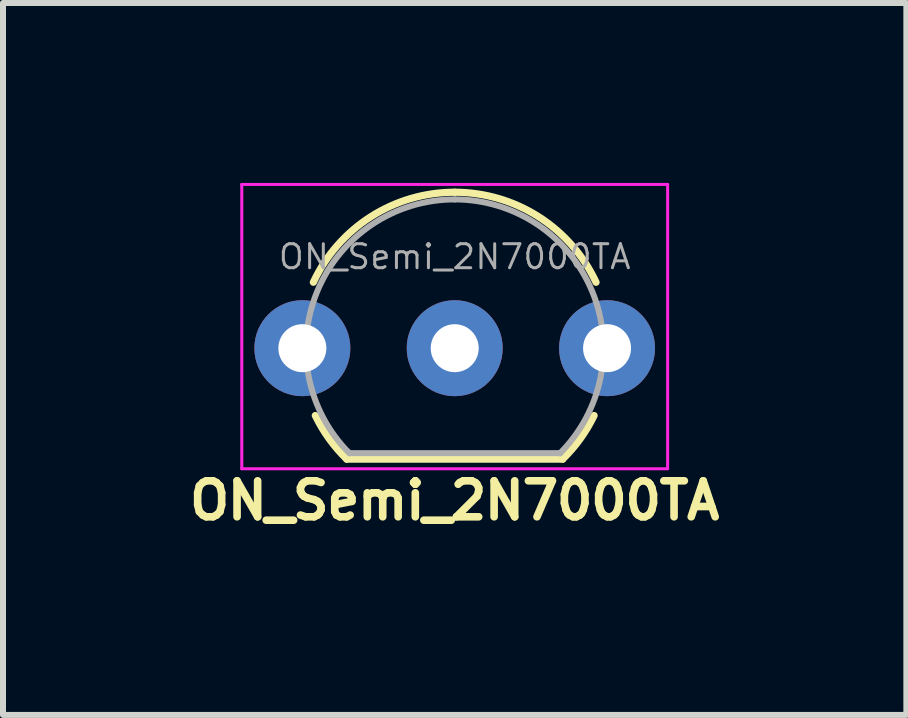
<source format=kicad_pcb>
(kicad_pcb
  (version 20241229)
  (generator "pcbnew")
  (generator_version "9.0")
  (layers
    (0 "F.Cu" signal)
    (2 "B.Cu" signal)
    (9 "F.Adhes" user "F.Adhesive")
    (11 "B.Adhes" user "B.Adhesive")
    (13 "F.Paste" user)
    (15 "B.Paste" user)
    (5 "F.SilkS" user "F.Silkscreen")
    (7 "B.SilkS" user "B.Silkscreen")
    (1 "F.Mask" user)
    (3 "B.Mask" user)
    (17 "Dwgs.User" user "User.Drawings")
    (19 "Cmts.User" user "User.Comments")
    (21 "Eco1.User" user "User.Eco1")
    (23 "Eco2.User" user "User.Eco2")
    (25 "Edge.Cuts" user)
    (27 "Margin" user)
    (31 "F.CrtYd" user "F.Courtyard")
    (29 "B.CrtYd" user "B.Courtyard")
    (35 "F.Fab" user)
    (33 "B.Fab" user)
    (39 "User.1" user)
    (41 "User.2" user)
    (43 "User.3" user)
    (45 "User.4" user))
  (footprint "ON_Semi_2N7000TA"
    (layer "F.Cu")
    (at 4.531 2.755)
    (property "Reference" "ON_Semi_2N7000TA" (at 0 2.54 0) (layer "F.SilkS") (effects (font (size 0.6 0.6) (thickness 0.127))))
    (attr through_hole)
    (fp_line (start -1.8 1.85) (end 1.8 1.85) (stroke (width 0.12) (type solid)) (layer "F.SilkS"))
    (fp_arc (start -2.3564 -1.098807) (mid -1.396979 -2.192817) (end 0 -2.6) (stroke (width 0.12) (type solid)) (layer "F.SilkS"))
    (fp_arc (start -1.8 1.85) (mid -2.093903 1.509328) (end -2.324184 1.122795) (stroke (width 0.12) (type solid)) (layer "F.SilkS"))
    (fp_arc (start 0 -2.6) (mid 1.396979 -2.192818) (end 2.3564 -1.098807) (stroke (width 0.12) (type solid)) (layer "F.SilkS"))
    (fp_arc (start 2.324184 1.122795) (mid 2.093903 1.509328) (end 1.8 1.85) (stroke (width 0.12) (type solid)) (layer "F.SilkS"))
    (fp_line (start -3.55 -2.73) (end -3.55 2.01) (stroke (width 0.05) (type solid)) (layer "F.CrtYd"))
    (fp_line (start -3.55 -2.73) (end 3.55 -2.73) (stroke (width 0.05) (type solid)) (layer "F.CrtYd"))
    (fp_line (start 3.55 2.01) (end -3.55 2.01) (stroke (width 0.05) (type solid)) (layer "F.CrtYd"))
    (fp_line (start 3.55 2.01) (end 3.55 -2.73) (stroke (width 0.05) (type solid)) (layer "F.CrtYd"))
    (fp_line (start -1.74 1.75) (end 1.76 1.75) (stroke (width 0.1) (type solid)) (layer "F.Fab"))
    (fp_arc (start -1.753625 1.753625) (mid -2.291221 -0.949055) (end 0 -2.48) (stroke (width 0.1) (type solid)) (layer "F.Fab"))
    (fp_arc (start 0 -2.48) (mid 2.291221 -0.949055) (end 1.753625 1.753625) (stroke (width 0.1) (type solid)) (layer "F.Fab"))
    (fp_text user "${REFERENCE}" (at 0 -1.524 0) (layer "F.Fab") (effects (font (size 0.4 0.4) (thickness 0.05))))
    (pad "1" thru_hole circle (at -2.54 0 90) (size 1.6 1.6) (drill 0.8) (layers "*.Cu" "*.Mask"))
    (pad "2" thru_hole circle (at 0 0 90) (size 1.6 1.6) (drill 0.8) (layers "*.Cu" "*.Mask"))
    (pad "3" thru_hole circle (at 2.54 0 90) (size 1.6 1.6) (drill 0.8) (layers "*.Cu" "*.Mask")))
  (gr_rect
    (start -3 -3)
    (end 12.061 8.869)
    (stroke (width 0.1) (type default))
    (fill no)
    (layer "Edge.Cuts")))
</source>
